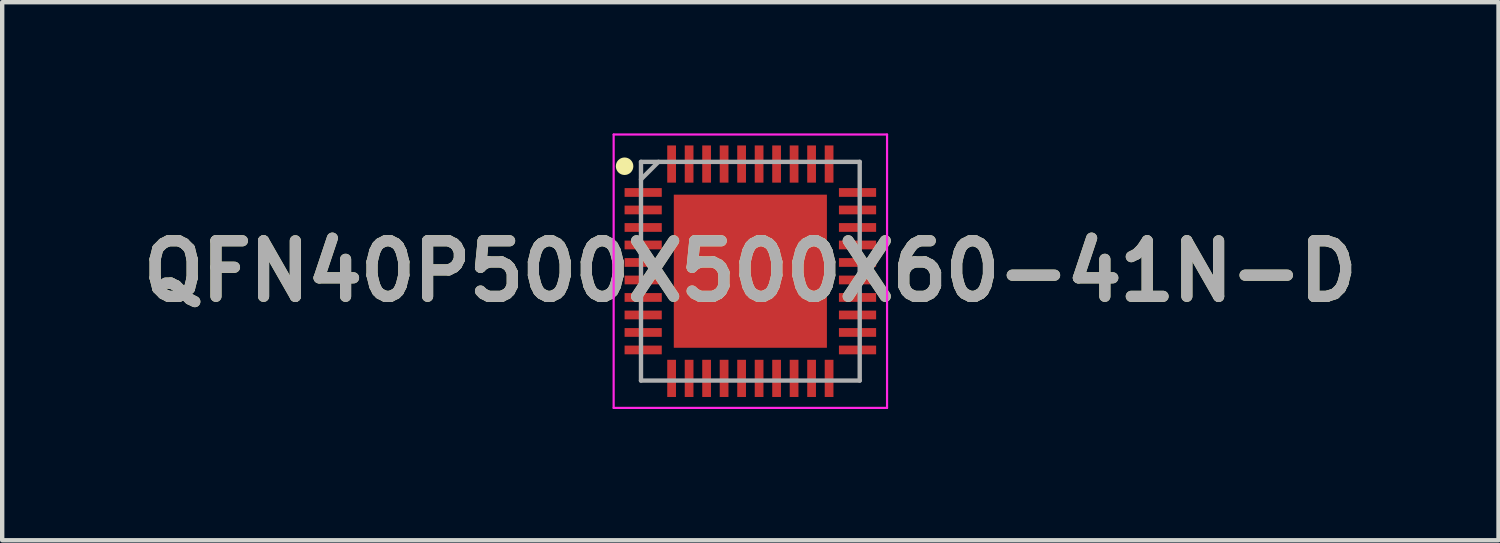
<source format=kicad_pcb>
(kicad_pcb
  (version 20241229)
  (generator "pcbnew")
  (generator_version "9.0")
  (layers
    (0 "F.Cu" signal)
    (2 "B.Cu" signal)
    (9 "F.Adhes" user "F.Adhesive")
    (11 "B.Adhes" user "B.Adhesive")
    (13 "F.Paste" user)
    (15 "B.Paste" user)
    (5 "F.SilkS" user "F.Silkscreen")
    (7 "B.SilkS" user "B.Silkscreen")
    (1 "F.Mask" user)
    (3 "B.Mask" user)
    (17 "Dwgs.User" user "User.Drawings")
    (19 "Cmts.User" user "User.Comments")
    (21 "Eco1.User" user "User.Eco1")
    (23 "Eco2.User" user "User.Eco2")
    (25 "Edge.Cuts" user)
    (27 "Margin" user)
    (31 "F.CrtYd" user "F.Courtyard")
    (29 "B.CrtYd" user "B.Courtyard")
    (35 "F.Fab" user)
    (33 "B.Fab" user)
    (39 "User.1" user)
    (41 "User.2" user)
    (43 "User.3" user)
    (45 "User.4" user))
  (footprint "QFN40P500X500X60-41N-D"
    (layer "F.Cu")
    (at 14.103 3.15)
    (property "Reference" "QFN40P500X500X60-41N-D" (at 0 0 0) (layer "F.SilkS") (effects (font (size 1.27 1.27) (thickness 0.254))))
    (attr smd)
    (fp_circle (center -2.875 -2.4) (end -2.875 -2.3) (stroke (width 0.2) (type solid)) (fill no) (layer "F.SilkS"))
    (fp_line (start -3.125 -3.125) (end 3.125 -3.125) (stroke (width 0.05) (type solid)) (layer "F.CrtYd"))
    (fp_line (start -3.125 3.125) (end -3.125 -3.125) (stroke (width 0.05) (type solid)) (layer "F.CrtYd"))
    (fp_line (start 3.125 -3.125) (end 3.125 3.125) (stroke (width 0.05) (type solid)) (layer "F.CrtYd"))
    (fp_line (start 3.125 3.125) (end -3.125 3.125) (stroke (width 0.05) (type solid)) (layer "F.CrtYd"))
    (fp_line (start -2.5 -2.5) (end 2.5 -2.5) (stroke (width 0.1) (type solid)) (layer "F.Fab"))
    (fp_line (start -2.5 -2.1) (end -2.1 -2.5) (stroke (width 0.1) (type solid)) (layer "F.Fab"))
    (fp_line (start -2.5 2.5) (end -2.5 -2.5) (stroke (width 0.1) (type solid)) (layer "F.Fab"))
    (fp_line (start 2.5 -2.5) (end 2.5 2.5) (stroke (width 0.1) (type solid)) (layer "F.Fab"))
    (fp_line (start 2.5 2.5) (end -2.5 2.5) (stroke (width 0.1) (type solid)) (layer "F.Fab"))
    (fp_text user "${REFERENCE}" (at 0 0 0) (layer "F.Fab") (effects (font (size 1.27 1.27) (thickness 0.254))))
    (pad "1" smd rect (at -2.45 -1.8 90) (size 0.2 0.85) (layers "F.Cu" "F.Mask" "F.Paste"))
    (pad "2" smd rect (at -2.45 -1.4 90) (size 0.2 0.85) (layers "F.Cu" "F.Mask" "F.Paste"))
    (pad "3" smd rect (at -2.45 -1 90) (size 0.2 0.85) (layers "F.Cu" "F.Mask" "F.Paste"))
    (pad "4" smd rect (at -2.45 -0.6 90) (size 0.2 0.85) (layers "F.Cu" "F.Mask" "F.Paste"))
    (pad "5" smd rect (at -2.45 -0.2 90) (size 0.2 0.85) (layers "F.Cu" "F.Mask" "F.Paste"))
    (pad "6" smd rect (at -2.45 0.2 90) (size 0.2 0.85) (layers "F.Cu" "F.Mask" "F.Paste"))
    (pad "7" smd rect (at -2.45 0.6 90) (size 0.2 0.85) (layers "F.Cu" "F.Mask" "F.Paste"))
    (pad "8" smd rect (at -2.45 1 90) (size 0.2 0.85) (layers "F.Cu" "F.Mask" "F.Paste"))
    (pad "9" smd rect (at -2.45 1.4 90) (size 0.2 0.85) (layers "F.Cu" "F.Mask" "F.Paste"))
    (pad "10" smd rect (at -2.45 1.8 90) (size 0.2 0.85) (layers "F.Cu" "F.Mask" "F.Paste"))
    (pad "11" smd rect (at -1.8 2.45) (size 0.2 0.85) (layers "F.Cu" "F.Mask" "F.Paste"))
    (pad "12" smd rect (at -1.4 2.45) (size 0.2 0.85) (layers "F.Cu" "F.Mask" "F.Paste"))
    (pad "13" smd rect (at -1 2.45) (size 0.2 0.85) (layers "F.Cu" "F.Mask" "F.Paste"))
    (pad "14" smd rect (at -0.6 2.45) (size 0.2 0.85) (layers "F.Cu" "F.Mask" "F.Paste"))
    (pad "15" smd rect (at -0.2 2.45) (size 0.2 0.85) (layers "F.Cu" "F.Mask" "F.Paste"))
    (pad "16" smd rect (at 0.2 2.45) (size 0.2 0.85) (layers "F.Cu" "F.Mask" "F.Paste"))
    (pad "17" smd rect (at 0.6 2.45) (size 0.2 0.85) (layers "F.Cu" "F.Mask" "F.Paste"))
    (pad "18" smd rect (at 1 2.45) (size 0.2 0.85) (layers "F.Cu" "F.Mask" "F.Paste"))
    (pad "19" smd rect (at 1.4 2.45) (size 0.2 0.85) (layers "F.Cu" "F.Mask" "F.Paste"))
    (pad "20" smd rect (at 1.8 2.45) (size 0.2 0.85) (layers "F.Cu" "F.Mask" "F.Paste"))
    (pad "21" smd rect (at 2.45 1.8 90) (size 0.2 0.85) (layers "F.Cu" "F.Mask" "F.Paste"))
    (pad "22" smd rect (at 2.45 1.4 90) (size 0.2 0.85) (layers "F.Cu" "F.Mask" "F.Paste"))
    (pad "23" smd rect (at 2.45 1 90) (size 0.2 0.85) (layers "F.Cu" "F.Mask" "F.Paste"))
    (pad "24" smd rect (at 2.45 0.6 90) (size 0.2 0.85) (layers "F.Cu" "F.Mask" "F.Paste"))
    (pad "25" smd rect (at 2.45 0.2 90) (size 0.2 0.85) (layers "F.Cu" "F.Mask" "F.Paste"))
    (pad "26" smd rect (at 2.45 -0.2 90) (size 0.2 0.85) (layers "F.Cu" "F.Mask" "F.Paste"))
    (pad "27" smd rect (at 2.45 -0.6 90) (size 0.2 0.85) (layers "F.Cu" "F.Mask" "F.Paste"))
    (pad "28" smd rect (at 2.45 -1 90) (size 0.2 0.85) (layers "F.Cu" "F.Mask" "F.Paste"))
    (pad "29" smd rect (at 2.45 -1.4 90) (size 0.2 0.85) (layers "F.Cu" "F.Mask" "F.Paste"))
    (pad "30" smd rect (at 2.45 -1.8 90) (size 0.2 0.85) (layers "F.Cu" "F.Mask" "F.Paste"))
    (pad "31" smd rect (at 1.8 -2.45) (size 0.2 0.85) (layers "F.Cu" "F.Mask" "F.Paste"))
    (pad "32" smd rect (at 1.4 -2.45) (size 0.2 0.85) (layers "F.Cu" "F.Mask" "F.Paste"))
    (pad "33" smd rect (at 1 -2.45) (size 0.2 0.85) (layers "F.Cu" "F.Mask" "F.Paste"))
    (pad "34" smd rect (at 0.6 -2.45) (size 0.2 0.85) (layers "F.Cu" "F.Mask" "F.Paste"))
    (pad "35" smd rect (at 0.2 -2.45) (size 0.2 0.85) (layers "F.Cu" "F.Mask" "F.Paste"))
    (pad "36" smd rect (at -0.2 -2.45) (size 0.2 0.85) (layers "F.Cu" "F.Mask" "F.Paste"))
    (pad "37" smd rect (at -0.6 -2.45) (size 0.2 0.85) (layers "F.Cu" "F.Mask" "F.Paste"))
    (pad "38" smd rect (at -1 -2.45) (size 0.2 0.85) (layers "F.Cu" "F.Mask" "F.Paste"))
    (pad "39" smd rect (at -1.4 -2.45) (size 0.2 0.85) (layers "F.Cu" "F.Mask" "F.Paste"))
    (pad "40" smd rect (at -1.8 -2.45) (size 0.2 0.85) (layers "F.Cu" "F.Mask" "F.Paste"))
    (pad "41" smd rect (at 0 0) (size 3.5 3.5) (layers "F.Cu" "F.Mask" "F.Paste")))
  (gr_rect
    (start -3 -3)
    (end 31.206 9.3)
    (stroke (width 0.1) (type default))
    (fill no)
    (layer "Edge.Cuts")))
</source>
